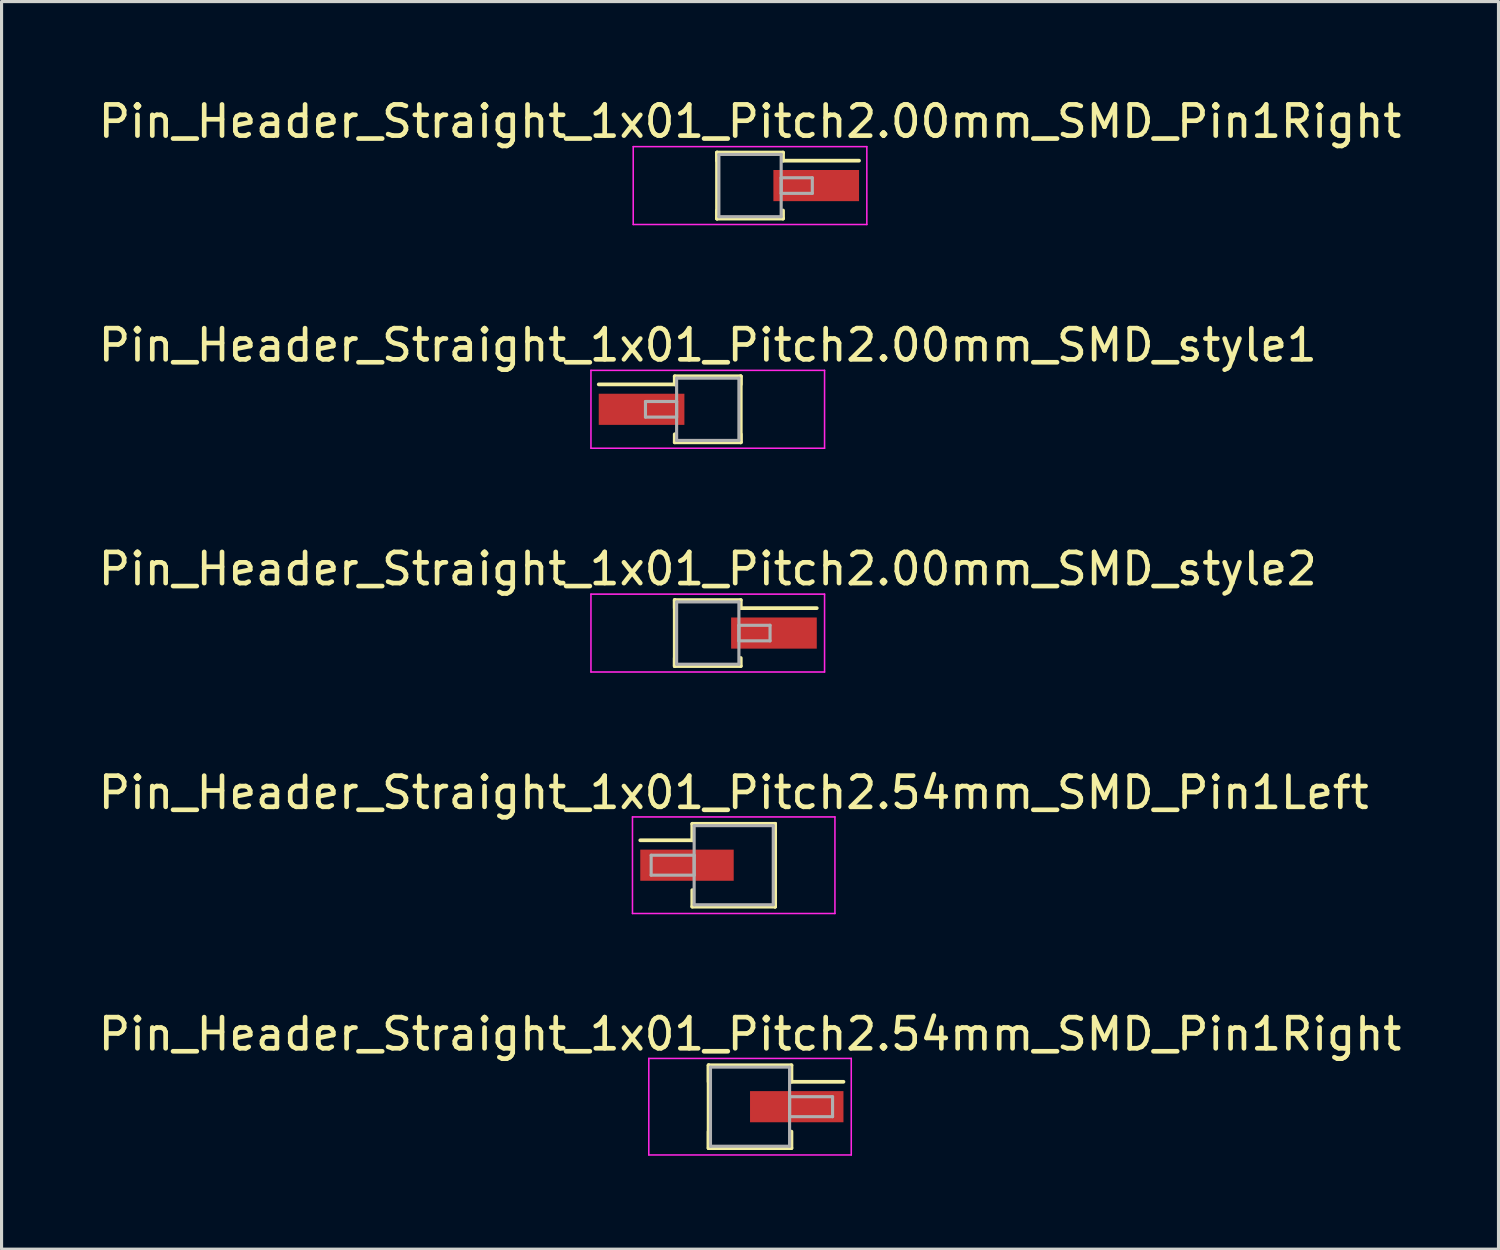
<source format=kicad_pcb>
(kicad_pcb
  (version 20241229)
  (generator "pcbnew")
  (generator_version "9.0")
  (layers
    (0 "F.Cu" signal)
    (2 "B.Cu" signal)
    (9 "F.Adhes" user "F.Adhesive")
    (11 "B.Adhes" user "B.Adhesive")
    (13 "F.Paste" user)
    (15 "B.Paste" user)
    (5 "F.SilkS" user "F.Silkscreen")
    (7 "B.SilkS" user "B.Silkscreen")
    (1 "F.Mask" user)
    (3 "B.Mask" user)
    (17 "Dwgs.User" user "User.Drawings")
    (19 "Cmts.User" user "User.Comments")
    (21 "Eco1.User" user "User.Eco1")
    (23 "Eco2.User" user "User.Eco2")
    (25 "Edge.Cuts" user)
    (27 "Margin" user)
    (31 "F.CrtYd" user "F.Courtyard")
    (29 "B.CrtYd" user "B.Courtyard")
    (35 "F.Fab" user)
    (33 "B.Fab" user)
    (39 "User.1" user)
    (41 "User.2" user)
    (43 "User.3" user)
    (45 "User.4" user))
  (footprint "Pin_Header_Straight_1x01_Pitch2.54mm_SMD_Pin1Left"
    (layer "F.Cu")
    (at 20.506 24.728)
    (property "Reference" "Pin_Header_Straight_1x01_Pitch2.54mm_SMD_Pin1Left" (at 0 -2.33 0) (layer "F.SilkS") (effects (font (size 1 1) (thickness 0.15))))
    (attr smd)
    (fp_line (start -1.33 -1.33) (end 1.33 -1.33) (stroke (width 0.12) (type solid)) (layer "F.SilkS"))
    (fp_line (start -1.33 -0.8) (end -3 -0.8) (stroke (width 0.12) (type solid)) (layer "F.SilkS"))
    (fp_line (start -1.33 -0.8) (end -1.33 -1.33) (stroke (width 0.12) (type solid)) (layer "F.SilkS"))
    (fp_line (start -1.33 0.8) (end -1.33 1.33) (stroke (width 0.12) (type solid)) (layer "F.SilkS"))
    (fp_line (start -1.33 1.33) (end 1.33 1.33) (stroke (width 0.12) (type solid)) (layer "F.SilkS"))
    (fp_line (start 1.33 -1.33) (end 1.33 -0.8) (stroke (width 0.12) (type solid)) (layer "F.SilkS"))
    (fp_line (start 1.33 -1.33) (end 1.33 1.33) (stroke (width 0.12) (type solid)) (layer "F.SilkS"))
    (fp_line (start 1.33 1.33) (end 1.33 0.8) (stroke (width 0.12) (type solid)) (layer "F.SilkS"))
    (fp_line (start -3.25 -1.55) (end -3.25 1.55) (stroke (width 0.05) (type solid)) (layer "F.CrtYd"))
    (fp_line (start -3.25 1.55) (end 3.25 1.55) (stroke (width 0.05) (type solid)) (layer "F.CrtYd"))
    (fp_line (start 3.25 -1.55) (end -3.25 -1.55) (stroke (width 0.05) (type solid)) (layer "F.CrtYd"))
    (fp_line (start 3.25 1.55) (end 3.25 -1.55) (stroke (width 0.05) (type solid)) (layer "F.CrtYd"))
    (fp_line (start -2.65 -0.32) (end -1.27 -0.32) (stroke (width 0.1) (type solid)) (layer "F.Fab"))
    (fp_line (start -2.65 0.32) (end -2.65 -0.32) (stroke (width 0.1) (type solid)) (layer "F.Fab"))
    (fp_line (start -1.27 -1.27) (end -1.27 1.27) (stroke (width 0.1) (type solid)) (layer "F.Fab"))
    (fp_line (start -1.27 -0.32) (end -1.27 0.32) (stroke (width 0.1) (type solid)) (layer "F.Fab"))
    (fp_line (start -1.27 0.32) (end -2.65 0.32) (stroke (width 0.1) (type solid)) (layer "F.Fab"))
    (fp_line (start -1.27 1.27) (end 1.27 1.27) (stroke (width 0.1) (type solid)) (layer "F.Fab"))
    (fp_line (start 1.27 -1.27) (end -1.27 -1.27) (stroke (width 0.1) (type solid)) (layer "F.Fab"))
    (fp_line (start 1.27 1.27) (end 1.27 -1.27) (stroke (width 0.1) (type solid)) (layer "F.Fab"))
    (pad "1" smd rect (at -1.5 0) (size 3 1) (layers "F.Cu" "F.Mask")))
  (footprint "Pin_Header_Straight_1x01_Pitch2.00mm_SMD_Pin1Right"
    (layer "F.Cu")
    (at 21.03 2.908)
    (property "Reference" "Pin_Header_Straight_1x01_Pitch2.00mm_SMD_Pin1Right" (at 0 -2.06 0) (layer "F.SilkS") (effects (font (size 1 1) (thickness 0.15))))
    (attr smd)
    (fp_line (start -1.06 -1.06) (end -1.06 1.06) (stroke (width 0.12) (type solid)) (layer "F.SilkS"))
    (fp_line (start -1.06 -1.06) (end 1.06 -1.06) (stroke (width 0.12) (type solid)) (layer "F.SilkS"))
    (fp_line (start -1.06 -0.8) (end -1.06 -1.06) (stroke (width 0.12) (type solid)) (layer "F.SilkS"))
    (fp_line (start -1.06 0.8) (end -1.06 1.06) (stroke (width 0.12) (type solid)) (layer "F.SilkS"))
    (fp_line (start -1.06 1.06) (end 1.06 1.06) (stroke (width 0.12) (type solid)) (layer "F.SilkS"))
    (fp_line (start 1.06 -1.06) (end 1.06 -0.8) (stroke (width 0.12) (type solid)) (layer "F.SilkS"))
    (fp_line (start 1.06 -0.8) (end 3.5 -0.8) (stroke (width 0.12) (type solid)) (layer "F.SilkS"))
    (fp_line (start 1.06 1.06) (end 1.06 0.8) (stroke (width 0.12) (type solid)) (layer "F.SilkS"))
    (fp_line (start -3.75 -1.25) (end -3.75 1.25) (stroke (width 0.05) (type solid)) (layer "F.CrtYd"))
    (fp_line (start -3.75 1.25) (end 3.75 1.25) (stroke (width 0.05) (type solid)) (layer "F.CrtYd"))
    (fp_line (start 3.75 -1.25) (end -3.75 -1.25) (stroke (width 0.05) (type solid)) (layer "F.CrtYd"))
    (fp_line (start 3.75 1.25) (end 3.75 -1.25) (stroke (width 0.05) (type solid)) (layer "F.CrtYd"))
    (fp_line (start -1 -1) (end -1 1) (stroke (width 0.1) (type solid)) (layer "F.Fab"))
    (fp_line (start -1 1) (end 1 1) (stroke (width 0.1) (type solid)) (layer "F.Fab"))
    (fp_line (start 1 -1) (end -1 -1) (stroke (width 0.1) (type solid)) (layer "F.Fab"))
    (fp_line (start 1 -0.25) (end 1 0.25) (stroke (width 0.1) (type solid)) (layer "F.Fab"))
    (fp_line (start 1 0.25) (end 2 0.25) (stroke (width 0.1) (type solid)) (layer "F.Fab"))
    (fp_line (start 1 1) (end 1 -1) (stroke (width 0.1) (type solid)) (layer "F.Fab"))
    (fp_line (start 2 -0.25) (end 1 -0.25) (stroke (width 0.1) (type solid)) (layer "F.Fab"))
    (fp_line (start 2 0.25) (end 2 -0.25) (stroke (width 0.1) (type solid)) (layer "F.Fab"))
    (pad "1" smd rect (at 2.125 0) (size 2.75 1) (layers "F.Cu" "F.Mask")))
  (footprint "Pin_Header_Straight_1x01_Pitch2.00mm_SMD_style2"
    (layer "F.Cu")
    (at 19.673 17.275)
    (property "Reference" "Pin_Header_Straight_1x01_Pitch2.00mm_SMD_style2" (at 0 -2.06 0) (layer "F.SilkS") (effects (font (size 1 1) (thickness 0.15))))
    (attr smd)
    (fp_line (start -1.06 -1.06) (end -1.06 1.06) (stroke (width 0.12) (type solid)) (layer "F.SilkS"))
    (fp_line (start -1.06 -1.06) (end 1.06 -1.06) (stroke (width 0.12) (type solid)) (layer "F.SilkS"))
    (fp_line (start -1.06 -0.8) (end -1.06 -1.06) (stroke (width 0.12) (type solid)) (layer "F.SilkS"))
    (fp_line (start -1.06 0.8) (end -1.06 1.06) (stroke (width 0.12) (type solid)) (layer "F.SilkS"))
    (fp_line (start -1.06 1.06) (end 1.06 1.06) (stroke (width 0.12) (type solid)) (layer "F.SilkS"))
    (fp_line (start 1.06 -1.06) (end 1.06 -0.8) (stroke (width 0.12) (type solid)) (layer "F.SilkS"))
    (fp_line (start 1.06 -0.8) (end 3.5 -0.8) (stroke (width 0.12) (type solid)) (layer "F.SilkS"))
    (fp_line (start 1.06 1.06) (end 1.06 0.8) (stroke (width 0.12) (type solid)) (layer "F.SilkS"))
    (fp_line (start -3.75 -1.25) (end -3.75 1.25) (stroke (width 0.05) (type solid)) (layer "F.CrtYd"))
    (fp_line (start -3.75 1.25) (end 3.75 1.25) (stroke (width 0.05) (type solid)) (layer "F.CrtYd"))
    (fp_line (start 3.75 -1.25) (end -3.75 -1.25) (stroke (width 0.05) (type solid)) (layer "F.CrtYd"))
    (fp_line (start 3.75 1.25) (end 3.75 -1.25) (stroke (width 0.05) (type solid)) (layer "F.CrtYd"))
    (fp_line (start -1 -1) (end -1 1) (stroke (width 0.1) (type solid)) (layer "F.Fab"))
    (fp_line (start -1 1) (end 1 1) (stroke (width 0.1) (type solid)) (layer "F.Fab"))
    (fp_line (start 1 -1) (end -1 -1) (stroke (width 0.1) (type solid)) (layer "F.Fab"))
    (fp_line (start 1 -0.25) (end 1 0.25) (stroke (width 0.1) (type solid)) (layer "F.Fab"))
    (fp_line (start 1 0.25) (end 2 0.25) (stroke (width 0.1) (type solid)) (layer "F.Fab"))
    (fp_line (start 1 1) (end 1 -1) (stroke (width 0.1) (type solid)) (layer "F.Fab"))
    (fp_line (start 2 -0.25) (end 1 -0.25) (stroke (width 0.1) (type solid)) (layer "F.Fab"))
    (fp_line (start 2 0.25) (end 2 -0.25) (stroke (width 0.1) (type solid)) (layer "F.Fab"))
    (pad "1" smd rect (at 2.125 0) (size 2.75 1) (layers "F.Cu" "F.Mask")))
  (footprint "Pin_Header_Straight_1x01_Pitch2.00mm_SMD_style1"
    (layer "F.Cu")
    (at 19.673 10.091)
    (property "Reference" "Pin_Header_Straight_1x01_Pitch2.00mm_SMD_style1" (at 0 -2.06 0) (layer "F.SilkS") (effects (font (size 1 1) (thickness 0.15))))
    (attr smd)
    (fp_line (start -1.06 -1.06) (end 1.06 -1.06) (stroke (width 0.12) (type solid)) (layer "F.SilkS"))
    (fp_line (start -1.06 -0.8) (end -3.5 -0.8) (stroke (width 0.12) (type solid)) (layer "F.SilkS"))
    (fp_line (start -1.06 -0.8) (end -1.06 -1.06) (stroke (width 0.12) (type solid)) (layer "F.SilkS"))
    (fp_line (start -1.06 0.8) (end -1.06 1.06) (stroke (width 0.12) (type solid)) (layer "F.SilkS"))
    (fp_line (start -1.06 1.06) (end 1.06 1.06) (stroke (width 0.12) (type solid)) (layer "F.SilkS"))
    (fp_line (start 1.06 -1.06) (end 1.06 -0.8) (stroke (width 0.12) (type solid)) (layer "F.SilkS"))
    (fp_line (start 1.06 -1.06) (end 1.06 1.06) (stroke (width 0.12) (type solid)) (layer "F.SilkS"))
    (fp_line (start 1.06 1.06) (end 1.06 0.8) (stroke (width 0.12) (type solid)) (layer "F.SilkS"))
    (fp_line (start -3.75 -1.25) (end -3.75 1.25) (stroke (width 0.05) (type solid)) (layer "F.CrtYd"))
    (fp_line (start -3.75 1.25) (end 3.75 1.25) (stroke (width 0.05) (type solid)) (layer "F.CrtYd"))
    (fp_line (start 3.75 -1.25) (end -3.75 -1.25) (stroke (width 0.05) (type solid)) (layer "F.CrtYd"))
    (fp_line (start 3.75 1.25) (end 3.75 -1.25) (stroke (width 0.05) (type solid)) (layer "F.CrtYd"))
    (fp_line (start -2 -0.25) (end -1 -0.25) (stroke (width 0.1) (type solid)) (layer "F.Fab"))
    (fp_line (start -2 0.25) (end -2 -0.25) (stroke (width 0.1) (type solid)) (layer "F.Fab"))
    (fp_line (start -1 -1) (end -1 1) (stroke (width 0.1) (type solid)) (layer "F.Fab"))
    (fp_line (start -1 -0.25) (end -1 0.25) (stroke (width 0.1) (type solid)) (layer "F.Fab"))
    (fp_line (start -1 0.25) (end -2 0.25) (stroke (width 0.1) (type solid)) (layer "F.Fab"))
    (fp_line (start -1 1) (end 1 1) (stroke (width 0.1) (type solid)) (layer "F.Fab"))
    (fp_line (start 1 -1) (end -1 -1) (stroke (width 0.1) (type solid)) (layer "F.Fab"))
    (fp_line (start 1 1) (end 1 -1) (stroke (width 0.1) (type solid)) (layer "F.Fab"))
    (pad "1" smd rect (at -2.125 0) (size 2.75 1) (layers "F.Cu" "F.Mask")))
  (footprint "Pin_Header_Straight_1x01_Pitch2.54mm_SMD_Pin1Right"
    (layer "F.Cu")
    (at 21.03 32.481)
    (property "Reference" "Pin_Header_Straight_1x01_Pitch2.54mm_SMD_Pin1Right" (at 0 -2.33 0) (layer "F.SilkS") (effects (font (size 1 1) (thickness 0.15))))
    (attr smd)
    (fp_line (start -1.33 -1.33) (end -1.33 1.33) (stroke (width 0.12) (type solid)) (layer "F.SilkS"))
    (fp_line (start -1.33 -1.33) (end 1.33 -1.33) (stroke (width 0.12) (type solid)) (layer "F.SilkS"))
    (fp_line (start -1.33 -0.8) (end -1.33 -1.33) (stroke (width 0.12) (type solid)) (layer "F.SilkS"))
    (fp_line (start -1.33 0.8) (end -1.33 1.33) (stroke (width 0.12) (type solid)) (layer "F.SilkS"))
    (fp_line (start -1.33 1.33) (end 1.33 1.33) (stroke (width 0.12) (type solid)) (layer "F.SilkS"))
    (fp_line (start 1.33 -1.33) (end 1.33 -0.8) (stroke (width 0.12) (type solid)) (layer "F.SilkS"))
    (fp_line (start 1.33 -0.8) (end 3 -0.8) (stroke (width 0.12) (type solid)) (layer "F.SilkS"))
    (fp_line (start 1.33 1.33) (end 1.33 0.8) (stroke (width 0.12) (type solid)) (layer "F.SilkS"))
    (fp_line (start -3.25 -1.55) (end -3.25 1.55) (stroke (width 0.05) (type solid)) (layer "F.CrtYd"))
    (fp_line (start -3.25 1.55) (end 3.25 1.55) (stroke (width 0.05) (type solid)) (layer "F.CrtYd"))
    (fp_line (start 3.25 -1.55) (end -3.25 -1.55) (stroke (width 0.05) (type solid)) (layer "F.CrtYd"))
    (fp_line (start 3.25 1.55) (end 3.25 -1.55) (stroke (width 0.05) (type solid)) (layer "F.CrtYd"))
    (fp_line (start -1.27 -1.27) (end -1.27 1.27) (stroke (width 0.1) (type solid)) (layer "F.Fab"))
    (fp_line (start -1.27 1.27) (end 1.27 1.27) (stroke (width 0.1) (type solid)) (layer "F.Fab"))
    (fp_line (start 1.27 -1.27) (end -1.27 -1.27) (stroke (width 0.1) (type solid)) (layer "F.Fab"))
    (fp_line (start 1.27 -0.32) (end 1.27 0.32) (stroke (width 0.1) (type solid)) (layer "F.Fab"))
    (fp_line (start 1.27 0.32) (end 2.65 0.32) (stroke (width 0.1) (type solid)) (layer "F.Fab"))
    (fp_line (start 1.27 1.27) (end 1.27 -1.27) (stroke (width 0.1) (type solid)) (layer "F.Fab"))
    (fp_line (start 2.65 -0.32) (end 1.27 -0.32) (stroke (width 0.1) (type solid)) (layer "F.Fab"))
    (fp_line (start 2.65 0.32) (end 2.65 -0.32) (stroke (width 0.1) (type solid)) (layer "F.Fab"))
    (pad "1" smd rect (at 1.5 0) (size 3 1) (layers "F.Cu" "F.Mask")))
  (gr_rect
    (start -3 -3)
    (end 45.06 37.056)
    (stroke (width 0.1) (type default))
    (fill no)
    (layer "Edge.Cuts")))
</source>
